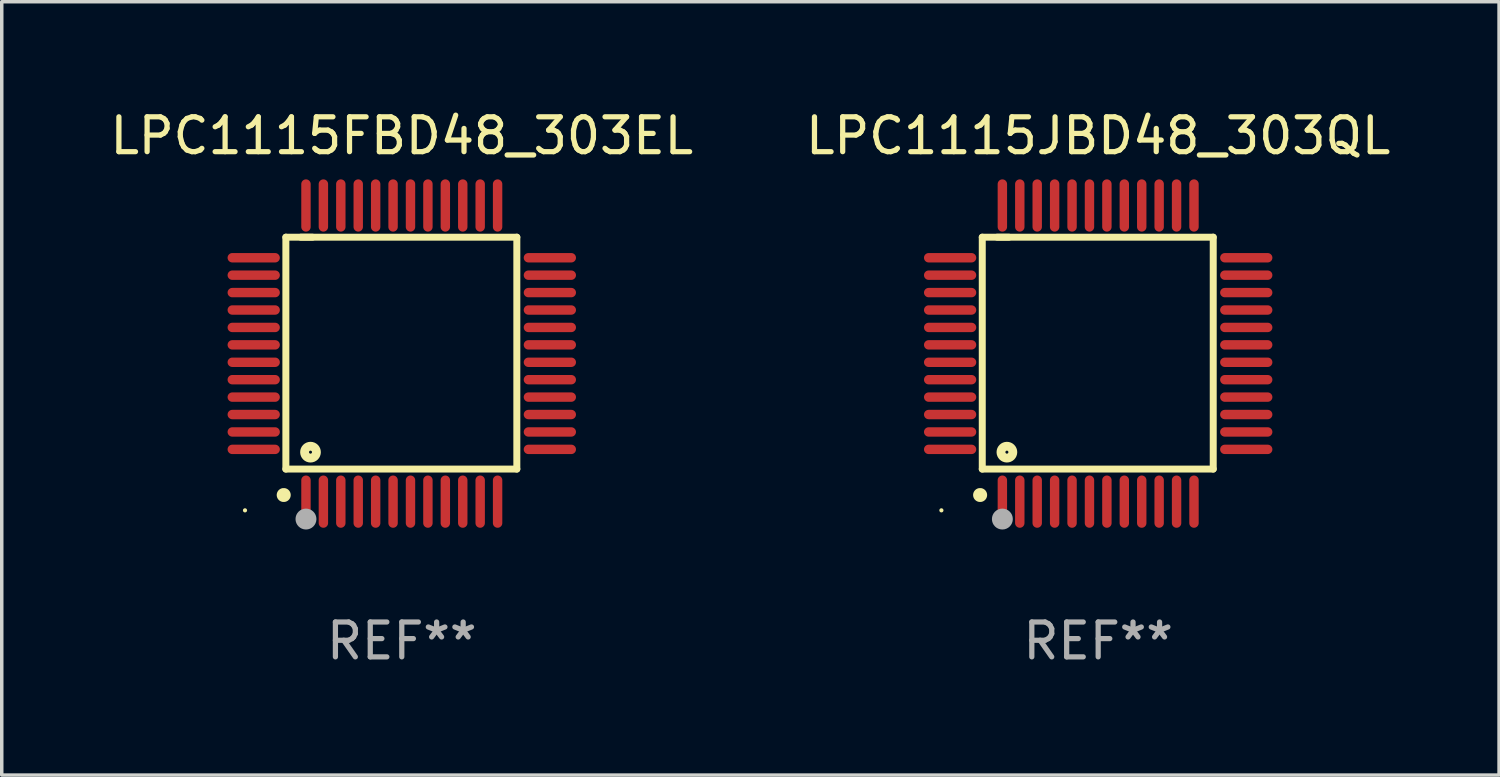
<source format=kicad_pcb>
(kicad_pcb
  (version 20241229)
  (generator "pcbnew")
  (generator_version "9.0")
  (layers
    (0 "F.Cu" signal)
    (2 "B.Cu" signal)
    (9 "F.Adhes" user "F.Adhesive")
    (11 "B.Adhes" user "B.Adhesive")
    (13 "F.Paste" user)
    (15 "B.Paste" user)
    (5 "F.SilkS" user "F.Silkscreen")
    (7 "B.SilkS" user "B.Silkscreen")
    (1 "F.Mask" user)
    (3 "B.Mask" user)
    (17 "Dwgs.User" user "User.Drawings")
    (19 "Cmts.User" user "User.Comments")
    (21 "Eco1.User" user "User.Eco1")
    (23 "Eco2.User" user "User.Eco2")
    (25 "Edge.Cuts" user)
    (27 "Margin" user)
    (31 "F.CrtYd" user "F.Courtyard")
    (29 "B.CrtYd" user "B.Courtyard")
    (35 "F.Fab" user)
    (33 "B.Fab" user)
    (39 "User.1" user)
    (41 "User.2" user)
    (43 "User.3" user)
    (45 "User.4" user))
  (footprint "LPC1115FBD48_303EL"
    (layer "F.Cu")
    (at 8.482 7.098)
    (property "Reference" "LPC1115FBD48_303EL" (at 0 -6.25 0) (layer "F.SilkS") (effects (font (size 1 1) (thickness 0.15))))
    (attr through_hole)
    (fp_line (start -3.327 -3.34) (end -2.565 -3.34) (stroke (width 0.2) (type solid)) (layer "F.SilkS"))
    (fp_line (start -3.327 3.315) (end -3.327 -3.34) (stroke (width 0.2) (type solid)) (layer "F.SilkS"))
    (fp_line (start -2.896 -3.34) (end 3.302 -3.34) (stroke (width 0.2) (type solid)) (layer "F.SilkS"))
    (fp_line (start 3.302 -3.34) (end 3.302 3.315) (stroke (width 0.2) (type solid)) (layer "F.SilkS"))
    (fp_line (start 3.302 3.315) (end -3.327 3.315) (stroke (width 0.2) (type solid)) (layer "F.SilkS"))
    (fp_arc (start -3.389992 4.059995) (mid -3.388722 4.059991) (end -3.387452 4.059995) (stroke (width 0.4) (type solid)) (layer "F.SilkS"))
    (fp_circle (center -4.5 4.5) (end -4.47 4.5) (stroke (width 0.06) (type solid)) (fill no) (layer "F.SilkS"))
    (fp_circle (center -2.62 2.83) (end -2.45 2.83) (stroke (width 0.254) (type solid)) (fill no) (layer "F.SilkS"))
    (fp_circle (center -2.75 4.75) (end -2.6 4.75) (stroke (width 0.3) (type solid)) (fill no) (layer "F.Fab"))
    (fp_text user "REF**" (at 0 8.25 0) (layer "F.Fab") (effects (font (size 1 1) (thickness 0.15))))
    (pad "1" smd oval (at -2.75 4.25) (size 0.27 1.5) (layers "F.Cu" "F.Mask" "F.Paste"))
    (pad "2" smd oval (at -2.25 4.25) (size 0.27 1.5) (layers "F.Cu" "F.Mask" "F.Paste"))
    (pad "3" smd oval (at -1.75 4.25) (size 0.27 1.5) (layers "F.Cu" "F.Mask" "F.Paste"))
    (pad "4" smd oval (at -1.25 4.25) (size 0.27 1.5) (layers "F.Cu" "F.Mask" "F.Paste"))
    (pad "5" smd oval (at -0.75 4.25) (size 0.27 1.5) (layers "F.Cu" "F.Mask" "F.Paste"))
    (pad "6" smd oval (at -0.25 4.25) (size 0.27 1.5) (layers "F.Cu" "F.Mask" "F.Paste"))
    (pad "7" smd oval (at 0.25 4.25) (size 0.27 1.5) (layers "F.Cu" "F.Mask" "F.Paste"))
    (pad "8" smd oval (at 0.75 4.25) (size 0.27 1.5) (layers "F.Cu" "F.Mask" "F.Paste"))
    (pad "9" smd oval (at 1.25 4.25) (size 0.27 1.5) (layers "F.Cu" "F.Mask" "F.Paste"))
    (pad "10" smd oval (at 1.75 4.25) (size 0.27 1.5) (layers "F.Cu" "F.Mask" "F.Paste"))
    (pad "11" smd oval (at 2.25 4.25) (size 0.27 1.5) (layers "F.Cu" "F.Mask" "F.Paste"))
    (pad "12" smd oval (at 2.75 4.25) (size 0.27 1.5) (layers "F.Cu" "F.Mask" "F.Paste"))
    (pad "13" smd oval (at 4.25 2.75) (size 1.5 0.27) (layers "F.Cu" "F.Mask" "F.Paste"))
    (pad "14" smd oval (at 4.25 2.25) (size 1.5 0.27) (layers "F.Cu" "F.Mask" "F.Paste"))
    (pad "15" smd oval (at 4.25 1.75) (size 1.5 0.27) (layers "F.Cu" "F.Mask" "F.Paste"))
    (pad "16" smd oval (at 4.25 1.25) (size 1.5 0.27) (layers "F.Cu" "F.Mask" "F.Paste"))
    (pad "17" smd oval (at 4.25 0.75) (size 1.5 0.27) (layers "F.Cu" "F.Mask" "F.Paste"))
    (pad "18" smd oval (at 4.25 0.25) (size 1.5 0.27) (layers "F.Cu" "F.Mask" "F.Paste"))
    (pad "19" smd oval (at 4.25 -0.25) (size 1.5 0.27) (layers "F.Cu" "F.Mask" "F.Paste"))
    (pad "20" smd oval (at 4.25 -0.75) (size 1.5 0.27) (layers "F.Cu" "F.Mask" "F.Paste"))
    (pad "21" smd oval (at 4.25 -1.25) (size 1.5 0.27) (layers "F.Cu" "F.Mask" "F.Paste"))
    (pad "22" smd oval (at 4.25 -1.75) (size 1.5 0.27) (layers "F.Cu" "F.Mask" "F.Paste"))
    (pad "23" smd oval (at 4.25 -2.25) (size 1.5 0.27) (layers "F.Cu" "F.Mask" "F.Paste"))
    (pad "24" smd oval (at 4.25 -2.75) (size 1.5 0.27) (layers "F.Cu" "F.Mask" "F.Paste"))
    (pad "25" smd oval (at 2.75 -4.25) (size 0.27 1.5) (layers "F.Cu" "F.Mask" "F.Paste"))
    (pad "26" smd oval (at 2.25 -4.25) (size 0.27 1.5) (layers "F.Cu" "F.Mask" "F.Paste"))
    (pad "27" smd oval (at 1.75 -4.25) (size 0.27 1.5) (layers "F.Cu" "F.Mask" "F.Paste"))
    (pad "28" smd oval (at 1.25 -4.25) (size 0.27 1.5) (layers "F.Cu" "F.Mask" "F.Paste"))
    (pad "29" smd oval (at 0.75 -4.25) (size 0.27 1.5) (layers "F.Cu" "F.Mask" "F.Paste"))
    (pad "30" smd oval (at 0.25 -4.25) (size 0.27 1.5) (layers "F.Cu" "F.Mask" "F.Paste"))
    (pad "31" smd oval (at -0.25 -4.25) (size 0.27 1.5) (layers "F.Cu" "F.Mask" "F.Paste"))
    (pad "32" smd oval (at -0.75 -4.25) (size 0.27 1.5) (layers "F.Cu" "F.Mask" "F.Paste"))
    (pad "33" smd oval (at -1.25 -4.25) (size 0.27 1.5) (layers "F.Cu" "F.Mask" "F.Paste"))
    (pad "34" smd oval (at -1.75 -4.25) (size 0.27 1.5) (layers "F.Cu" "F.Mask" "F.Paste"))
    (pad "35" smd oval (at -2.25 -4.25) (size 0.27 1.5) (layers "F.Cu" "F.Mask" "F.Paste"))
    (pad "36" smd oval (at -2.75 -4.25) (size 0.27 1.5) (layers "F.Cu" "F.Mask" "F.Paste"))
    (pad "37" smd oval (at -4.25 -2.75) (size 1.5 0.27) (layers "F.Cu" "F.Mask" "F.Paste"))
    (pad "38" smd oval (at -4.25 -2.25) (size 1.5 0.27) (layers "F.Cu" "F.Mask" "F.Paste"))
    (pad "39" smd oval (at -4.25 -1.75) (size 1.5 0.27) (layers "F.Cu" "F.Mask" "F.Paste"))
    (pad "40" smd oval (at -4.25 -1.25) (size 1.5 0.27) (layers "F.Cu" "F.Mask" "F.Paste"))
    (pad "41" smd oval (at -4.25 -0.75) (size 1.5 0.27) (layers "F.Cu" "F.Mask" "F.Paste"))
    (pad "42" smd oval (at -4.25 -0.25) (size 1.5 0.27) (layers "F.Cu" "F.Mask" "F.Paste"))
    (pad "43" smd oval (at -4.25 0.25) (size 1.5 0.27) (layers "F.Cu" "F.Mask" "F.Paste"))
    (pad "44" smd oval (at -4.25 0.75) (size 1.5 0.27) (layers "F.Cu" "F.Mask" "F.Paste"))
    (pad "45" smd oval (at -4.25 1.25) (size 1.5 0.27) (layers "F.Cu" "F.Mask" "F.Paste"))
    (pad "46" smd oval (at -4.25 1.75) (size 1.5 0.27) (layers "F.Cu" "F.Mask" "F.Paste"))
    (pad "47" smd oval (at -4.25 2.25) (size 1.5 0.27) (layers "F.Cu" "F.Mask" "F.Paste"))
    (pad "48" smd oval (at -4.25 2.75) (size 1.5 0.27) (layers "F.Cu" "F.Mask" "F.Paste")))
  (footprint "LPC1115JBD48_303QL"
    (layer "F.Cu")
    (at 28.47 7.098)
    (property "Reference" "LPC1115JBD48_303QL" (at 0 -6.25 0) (layer "F.SilkS") (effects (font (size 1 1) (thickness 0.15))))
    (attr through_hole)
    (fp_line (start -3.327 -3.34) (end -2.565 -3.34) (stroke (width 0.2) (type solid)) (layer "F.SilkS"))
    (fp_line (start -3.327 3.315) (end -3.327 -3.34) (stroke (width 0.2) (type solid)) (layer "F.SilkS"))
    (fp_line (start -2.896 -3.34) (end 3.302 -3.34) (stroke (width 0.2) (type solid)) (layer "F.SilkS"))
    (fp_line (start 3.302 -3.34) (end 3.302 3.315) (stroke (width 0.2) (type solid)) (layer "F.SilkS"))
    (fp_line (start 3.302 3.315) (end -3.327 3.315) (stroke (width 0.2) (type solid)) (layer "F.SilkS"))
    (fp_arc (start -3.389992 4.059995) (mid -3.388722 4.059991) (end -3.387452 4.059995) (stroke (width 0.4) (type solid)) (layer "F.SilkS"))
    (fp_circle (center -4.5 4.5) (end -4.47 4.5) (stroke (width 0.06) (type solid)) (fill no) (layer "F.SilkS"))
    (fp_circle (center -2.62 2.83) (end -2.45 2.83) (stroke (width 0.254) (type solid)) (fill no) (layer "F.SilkS"))
    (fp_circle (center -2.75 4.75) (end -2.6 4.75) (stroke (width 0.3) (type solid)) (fill no) (layer "F.Fab"))
    (fp_text user "REF**" (at 0 8.25 0) (layer "F.Fab") (effects (font (size 1 1) (thickness 0.15))))
    (pad "1" smd oval (at -2.75 4.25) (size 0.27 1.5) (layers "F.Cu" "F.Mask" "F.Paste"))
    (pad "2" smd oval (at -2.25 4.25) (size 0.27 1.5) (layers "F.Cu" "F.Mask" "F.Paste"))
    (pad "3" smd oval (at -1.75 4.25) (size 0.27 1.5) (layers "F.Cu" "F.Mask" "F.Paste"))
    (pad "4" smd oval (at -1.25 4.25) (size 0.27 1.5) (layers "F.Cu" "F.Mask" "F.Paste"))
    (pad "5" smd oval (at -0.75 4.25) (size 0.27 1.5) (layers "F.Cu" "F.Mask" "F.Paste"))
    (pad "6" smd oval (at -0.25 4.25) (size 0.27 1.5) (layers "F.Cu" "F.Mask" "F.Paste"))
    (pad "7" smd oval (at 0.25 4.25) (size 0.27 1.5) (layers "F.Cu" "F.Mask" "F.Paste"))
    (pad "8" smd oval (at 0.75 4.25) (size 0.27 1.5) (layers "F.Cu" "F.Mask" "F.Paste"))
    (pad "9" smd oval (at 1.25 4.25) (size 0.27 1.5) (layers "F.Cu" "F.Mask" "F.Paste"))
    (pad "10" smd oval (at 1.75 4.25) (size 0.27 1.5) (layers "F.Cu" "F.Mask" "F.Paste"))
    (pad "11" smd oval (at 2.25 4.25) (size 0.27 1.5) (layers "F.Cu" "F.Mask" "F.Paste"))
    (pad "12" smd oval (at 2.75 4.25) (size 0.27 1.5) (layers "F.Cu" "F.Mask" "F.Paste"))
    (pad "13" smd oval (at 4.25 2.75) (size 1.5 0.27) (layers "F.Cu" "F.Mask" "F.Paste"))
    (pad "14" smd oval (at 4.25 2.25) (size 1.5 0.27) (layers "F.Cu" "F.Mask" "F.Paste"))
    (pad "15" smd oval (at 4.25 1.75) (size 1.5 0.27) (layers "F.Cu" "F.Mask" "F.Paste"))
    (pad "16" smd oval (at 4.25 1.25) (size 1.5 0.27) (layers "F.Cu" "F.Mask" "F.Paste"))
    (pad "17" smd oval (at 4.25 0.75) (size 1.5 0.27) (layers "F.Cu" "F.Mask" "F.Paste"))
    (pad "18" smd oval (at 4.25 0.25) (size 1.5 0.27) (layers "F.Cu" "F.Mask" "F.Paste"))
    (pad "19" smd oval (at 4.25 -0.25) (size 1.5 0.27) (layers "F.Cu" "F.Mask" "F.Paste"))
    (pad "20" smd oval (at 4.25 -0.75) (size 1.5 0.27) (layers "F.Cu" "F.Mask" "F.Paste"))
    (pad "21" smd oval (at 4.25 -1.25) (size 1.5 0.27) (layers "F.Cu" "F.Mask" "F.Paste"))
    (pad "22" smd oval (at 4.25 -1.75) (size 1.5 0.27) (layers "F.Cu" "F.Mask" "F.Paste"))
    (pad "23" smd oval (at 4.25 -2.25) (size 1.5 0.27) (layers "F.Cu" "F.Mask" "F.Paste"))
    (pad "24" smd oval (at 4.25 -2.75) (size 1.5 0.27) (layers "F.Cu" "F.Mask" "F.Paste"))
    (pad "25" smd oval (at 2.75 -4.25) (size 0.27 1.5) (layers "F.Cu" "F.Mask" "F.Paste"))
    (pad "26" smd oval (at 2.25 -4.25) (size 0.27 1.5) (layers "F.Cu" "F.Mask" "F.Paste"))
    (pad "27" smd oval (at 1.75 -4.25) (size 0.27 1.5) (layers "F.Cu" "F.Mask" "F.Paste"))
    (pad "28" smd oval (at 1.25 -4.25) (size 0.27 1.5) (layers "F.Cu" "F.Mask" "F.Paste"))
    (pad "29" smd oval (at 0.75 -4.25) (size 0.27 1.5) (layers "F.Cu" "F.Mask" "F.Paste"))
    (pad "30" smd oval (at 0.25 -4.25) (size 0.27 1.5) (layers "F.Cu" "F.Mask" "F.Paste"))
    (pad "31" smd oval (at -0.25 -4.25) (size 0.27 1.5) (layers "F.Cu" "F.Mask" "F.Paste"))
    (pad "32" smd oval (at -0.75 -4.25) (size 0.27 1.5) (layers "F.Cu" "F.Mask" "F.Paste"))
    (pad "33" smd oval (at -1.25 -4.25) (size 0.27 1.5) (layers "F.Cu" "F.Mask" "F.Paste"))
    (pad "34" smd oval (at -1.75 -4.25) (size 0.27 1.5) (layers "F.Cu" "F.Mask" "F.Paste"))
    (pad "35" smd oval (at -2.25 -4.25) (size 0.27 1.5) (layers "F.Cu" "F.Mask" "F.Paste"))
    (pad "36" smd oval (at -2.75 -4.25) (size 0.27 1.5) (layers "F.Cu" "F.Mask" "F.Paste"))
    (pad "37" smd oval (at -4.25 -2.75) (size 1.5 0.27) (layers "F.Cu" "F.Mask" "F.Paste"))
    (pad "38" smd oval (at -4.25 -2.25) (size 1.5 0.27) (layers "F.Cu" "F.Mask" "F.Paste"))
    (pad "39" smd oval (at -4.25 -1.75) (size 1.5 0.27) (layers "F.Cu" "F.Mask" "F.Paste"))
    (pad "40" smd oval (at -4.25 -1.25) (size 1.5 0.27) (layers "F.Cu" "F.Mask" "F.Paste"))
    (pad "41" smd oval (at -4.25 -0.75) (size 1.5 0.27) (layers "F.Cu" "F.Mask" "F.Paste"))
    (pad "42" smd oval (at -4.25 -0.25) (size 1.5 0.27) (layers "F.Cu" "F.Mask" "F.Paste"))
    (pad "43" smd oval (at -4.25 0.25) (size 1.5 0.27) (layers "F.Cu" "F.Mask" "F.Paste"))
    (pad "44" smd oval (at -4.25 0.75) (size 1.5 0.27) (layers "F.Cu" "F.Mask" "F.Paste"))
    (pad "45" smd oval (at -4.25 1.25) (size 1.5 0.27) (layers "F.Cu" "F.Mask" "F.Paste"))
    (pad "46" smd oval (at -4.25 1.75) (size 1.5 0.27) (layers "F.Cu" "F.Mask" "F.Paste"))
    (pad "47" smd oval (at -4.25 2.25) (size 1.5 0.27) (layers "F.Cu" "F.Mask" "F.Paste"))
    (pad "48" smd oval (at -4.25 2.75) (size 1.5 0.27) (layers "F.Cu" "F.Mask" "F.Paste")))
  (gr_rect
    (start -3 -3)
    (end 39.976 19.196)
    (stroke (width 0.1) (type default))
    (fill no)
    (layer "Edge.Cuts")))
</source>
